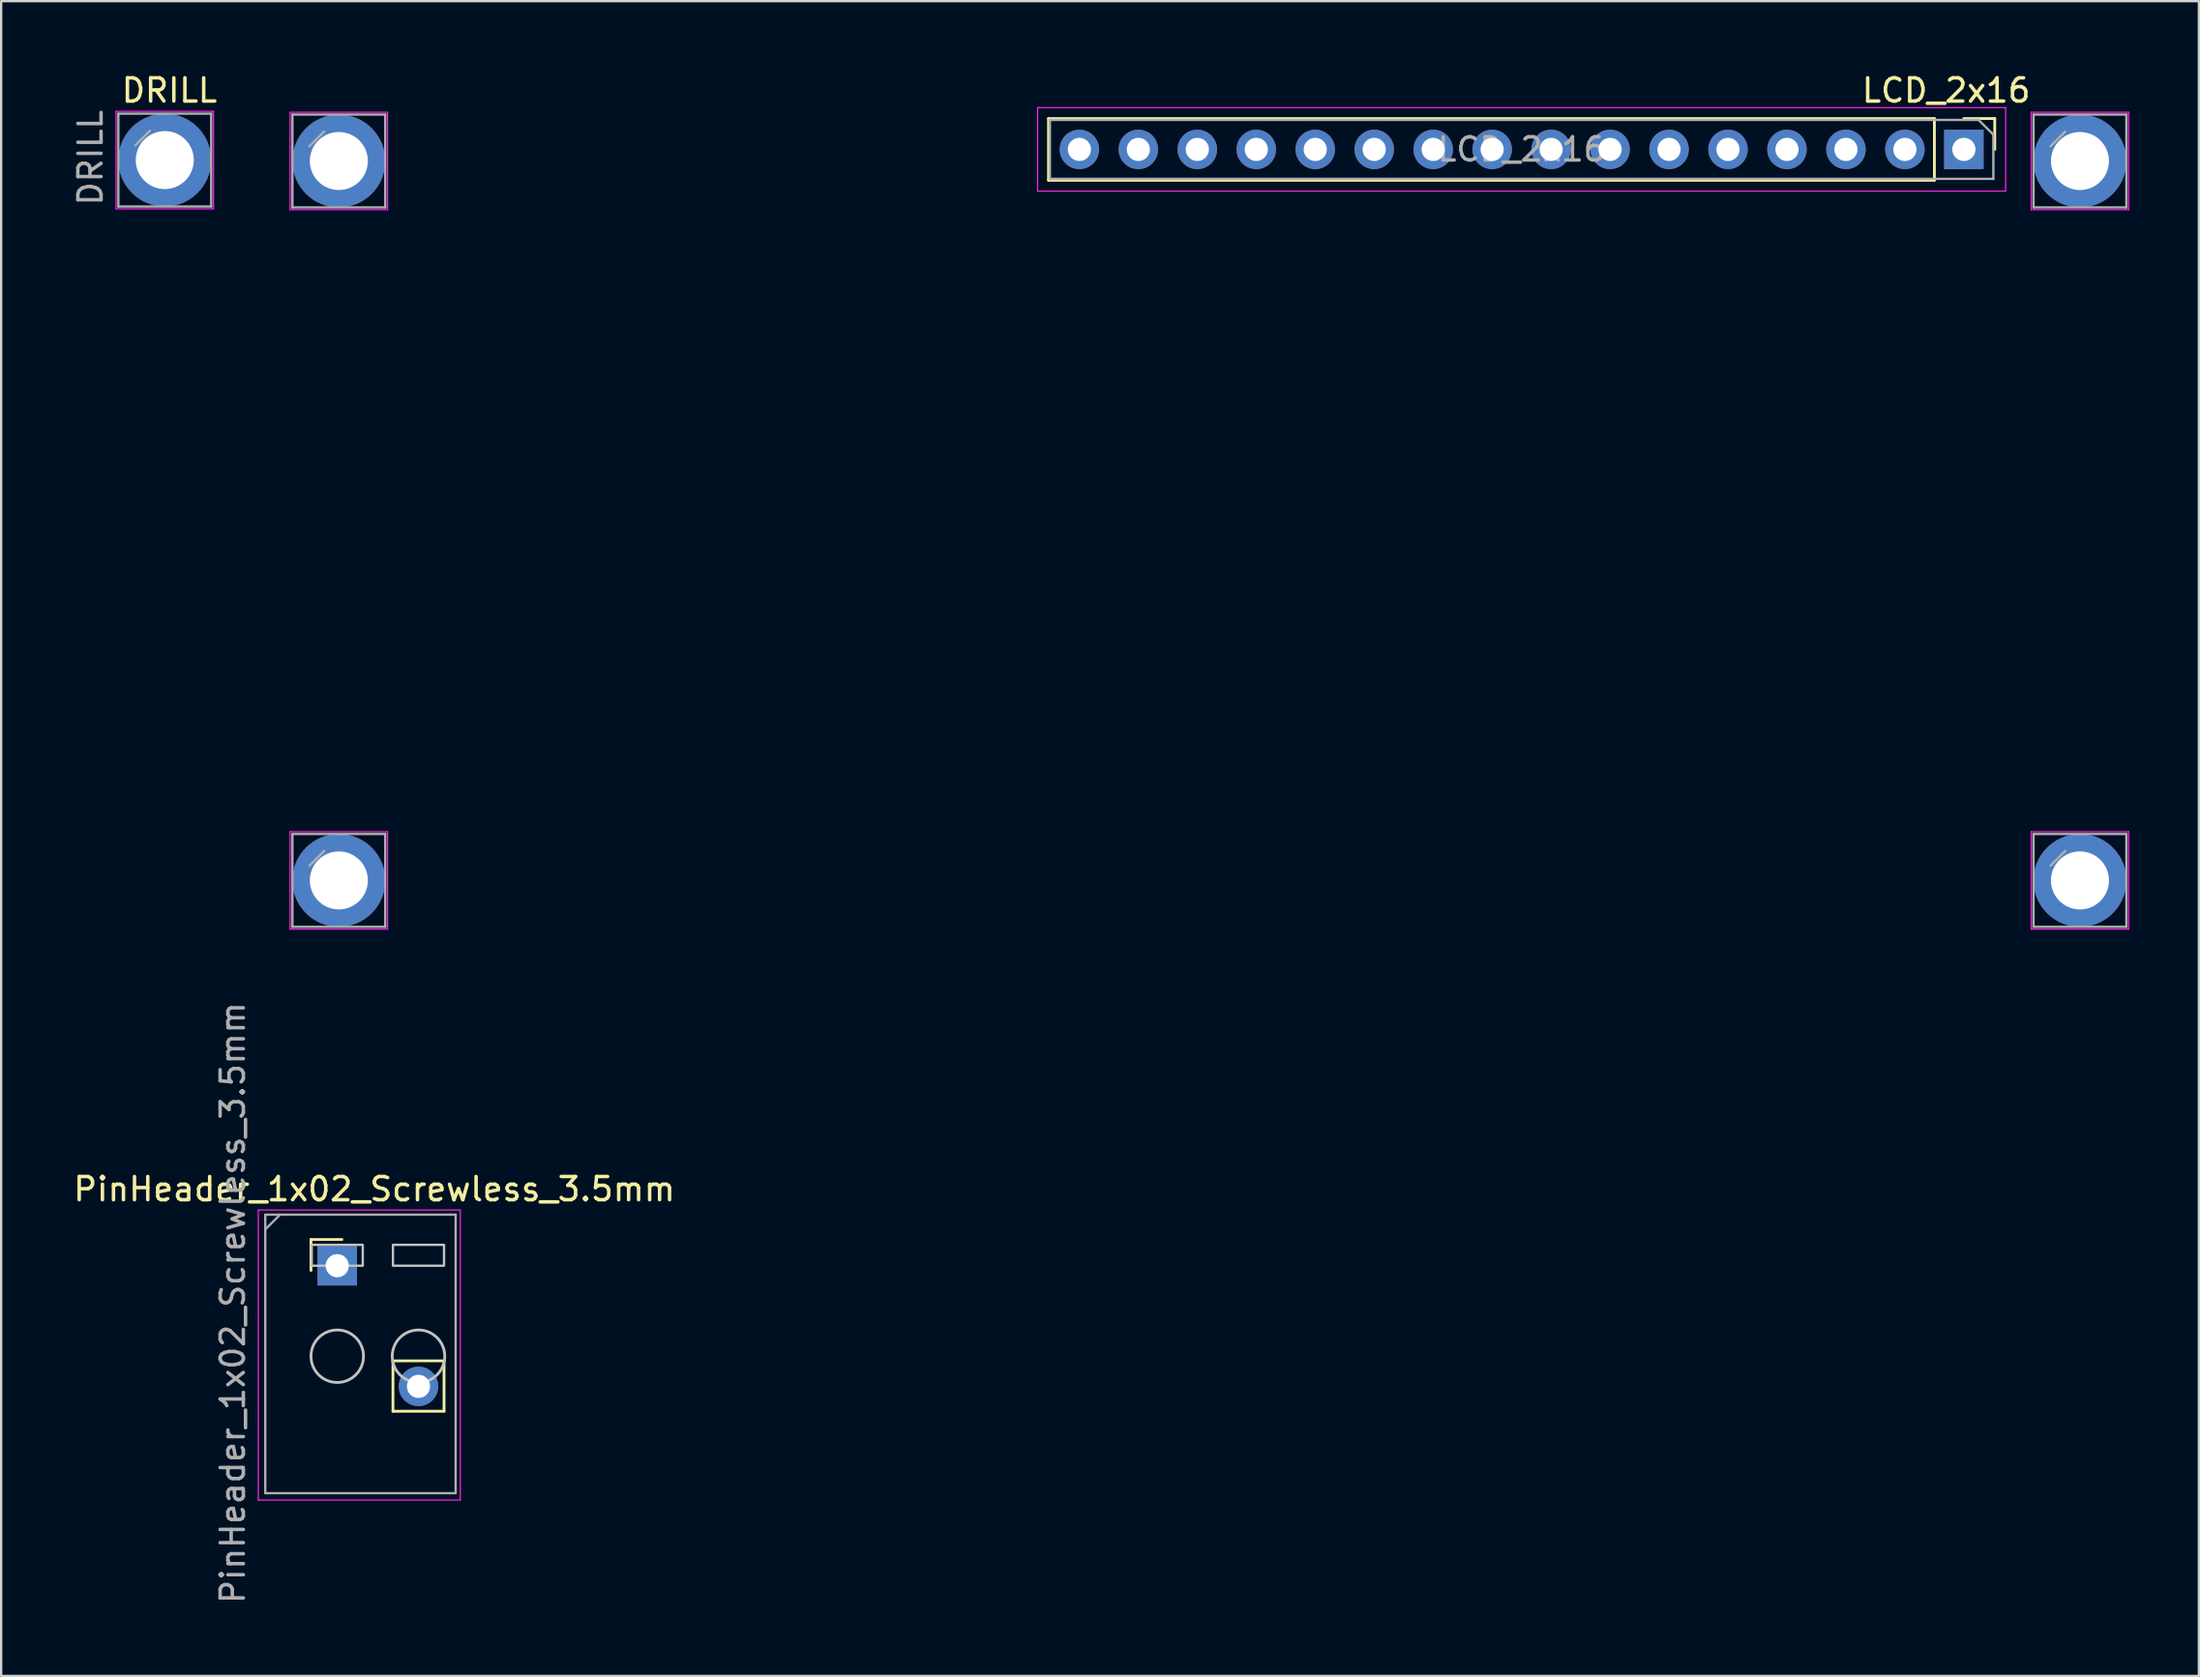
<source format=kicad_pcb>
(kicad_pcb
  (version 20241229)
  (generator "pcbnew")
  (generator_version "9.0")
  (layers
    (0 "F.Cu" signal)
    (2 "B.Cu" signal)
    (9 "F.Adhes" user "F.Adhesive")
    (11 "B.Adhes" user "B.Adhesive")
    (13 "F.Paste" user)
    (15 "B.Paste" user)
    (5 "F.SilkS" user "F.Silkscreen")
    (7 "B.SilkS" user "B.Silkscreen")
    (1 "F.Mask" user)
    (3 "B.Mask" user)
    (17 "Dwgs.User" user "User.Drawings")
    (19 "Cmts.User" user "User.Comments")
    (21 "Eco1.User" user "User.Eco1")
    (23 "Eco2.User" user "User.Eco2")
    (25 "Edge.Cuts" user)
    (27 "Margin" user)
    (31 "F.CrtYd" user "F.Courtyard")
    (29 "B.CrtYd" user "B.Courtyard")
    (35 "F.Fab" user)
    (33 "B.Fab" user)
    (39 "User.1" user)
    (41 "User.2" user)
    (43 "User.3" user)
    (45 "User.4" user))
  (footprint "PinHeader_1x02_Screwless_3.5mm"
    (layer "F.Cu")
    (at 11.477 51.491)
    (property "Reference" "PinHeader_1x02_Screwless_3.5mm" (at 1.6 -3.3 0) (layer "F.SilkS") (effects (font (size 1 1) (thickness 0.15))))
    (attr through_hole)
    (fp_line (start -1.13 -1.13) (end 0.2 -1.13) (stroke (width 0.12) (type solid)) (layer "F.SilkS"))
    (fp_line (start -1.13 0.2) (end -1.13 -1.13) (stroke (width 0.12) (type solid)) (layer "F.SilkS"))
    (fp_line (start 2.4 4.1) (end 2.4 6.27) (stroke (width 0.12) (type solid)) (layer "F.SilkS"))
    (fp_line (start 2.4 4.1) (end 4.6 4.1) (stroke (width 0.12) (type solid)) (layer "F.SilkS"))
    (fp_line (start 2.4 6.27) (end 4.6 6.27) (stroke (width 0.12) (type solid)) (layer "F.SilkS"))
    (fp_line (start 4.6 4.1) (end 4.6 6.27) (stroke (width 0.12) (type solid)) (layer "F.SilkS"))
    (fp_circle (center 0 3.9) (end 1.131 3.9) (stroke (width 0.12) (type solid)) (fill no) (layer "Dwgs.User"))
    (fp_circle (center 3.5 3.9) (end 4.631 3.9) (stroke (width 0.12) (type solid)) (fill no) (layer "Dwgs.User"))
    (fp_poly (pts (xy 1.1 0) (xy -1.1 0) (xy -1.1 -0.9) (xy 1.1 -0.9)) (stroke (width 0.1) (type solid)) (fill no) (layer "Dwgs.User"))
    (fp_poly (pts (xy 4.6 0) (xy 2.4 0) (xy 2.4 -0.9) (xy 4.6 -0.9)) (stroke (width 0.1) (type solid)) (fill no) (layer "Dwgs.User"))
    (fp_line (start -3.4 -2.4) (end -3.4 10.1) (stroke (width 0.05) (type solid)) (layer "F.CrtYd"))
    (fp_line (start -3.4 10.1) (end 5.3 10.1) (stroke (width 0.05) (type solid)) (layer "F.CrtYd"))
    (fp_line (start 5.3 -2.4) (end -3.4 -2.4) (stroke (width 0.05) (type solid)) (layer "F.CrtYd"))
    (fp_line (start 5.3 10.1) (end 5.3 -2.4) (stroke (width 0.05) (type solid)) (layer "F.CrtYd"))
    (fp_line (start -3.1 -2.2) (end 5.1 -2.2) (stroke (width 0.1) (type solid)) (layer "F.Fab"))
    (fp_line (start -3.1 -1.565) (end -2.465 -2.2) (stroke (width 0.1) (type solid)) (layer "F.Fab"))
    (fp_line (start -3.1 9.8) (end -3.1 -2.2) (stroke (width 0.1) (type solid)) (layer "F.Fab"))
    (fp_line (start 5.1 -2.2) (end 5.1 9.8) (stroke (width 0.1) (type solid)) (layer "F.Fab"))
    (fp_line (start 5.1 9.8) (end -3.1 9.8) (stroke (width 0.1) (type solid)) (layer "F.Fab"))
    (fp_text user "${REFERENCE}" (at -4.5 1.6 90) (layer "F.Fab") (effects (font (size 1 1) (thickness 0.15))))
    (pad "1" thru_hole rect (at 0 0) (size 1.7 1.7) (drill 1) (layers "*.Cu" "*.Mask"))
    (pad "2" thru_hole oval (at 3.5 5.2) (size 1.7 1.7) (drill 1) (layers "*.Cu" "*.Mask")))
  (footprint "DRILL"
    (layer "F.Cu")
    (at 4.048 3.848)
    (property "Reference" "DRILL" (at 0.2 -3 0) (layer "F.SilkS") (effects (font (size 1 1) (thickness 0.15))))
    (attr through_hole)
    (fp_line (start -2.1 -2.1) (end -2.1 2.1) (stroke (width 0.05) (type solid)) (layer "F.CrtYd"))
    (fp_line (start -2.1 2.1) (end 2.1 2.1) (stroke (width 0.05) (type solid)) (layer "F.CrtYd"))
    (fp_line (start 2.1 -2.1) (end -2.1 -2.1) (stroke (width 0.05) (type solid)) (layer "F.CrtYd"))
    (fp_line (start 2.1 2.1) (end 2.1 -2.1) (stroke (width 0.05) (type solid)) (layer "F.CrtYd"))
    (fp_line (start -2 2) (end -2 -2) (stroke (width 0.1) (type solid)) (layer "F.Fab"))
    (fp_line (start -1.27 -0.635) (end -0.635 -1.27) (stroke (width 0.1) (type solid)) (layer "F.Fab"))
    (fp_line (start 2 -2) (end -2 -2) (stroke (width 0.1) (type solid)) (layer "F.Fab"))
    (fp_line (start 2 2) (end -2 2) (stroke (width 0.1) (type solid)) (layer "F.Fab"))
    (fp_line (start 2 2) (end 2 -2) (stroke (width 0.1) (type solid)) (layer "F.Fab"))
    (fp_text user "${REFERENCE}" (at -3.2 -0.1 90) (layer "F.Fab") (effects (font (size 1 1) (thickness 0.15))))
    (pad "1" thru_hole circle (at 0 0) (size 4 4) (drill 2.5) (layers "*.Cu" "*.Mask")))
  (footprint "LCD_2x16"
    (layer "F.Cu")
    (at 81.546 3.388)
    (property "Reference" "LCD_2x16" (at -0.762 -2.54 0) (layer "F.SilkS") (effects (font (size 1 1) (thickness 0.15))))
    (attr through_hole)
    (fp_line (start -39.43 -1.33) (end -39.43 1.33) (stroke (width 0.12) (type solid)) (layer "F.SilkS"))
    (fp_line (start -1.27 -1.33) (end -39.43 -1.33) (stroke (width 0.12) (type solid)) (layer "F.SilkS"))
    (fp_line (start -1.27 -1.33) (end -1.27 1.33) (stroke (width 0.12) (type solid)) (layer "F.SilkS"))
    (fp_line (start -1.27 1.33) (end -39.43 1.33) (stroke (width 0.12) (type solid)) (layer "F.SilkS"))
    (fp_line (start 0 -1.33) (end 1.33 -1.33) (stroke (width 0.12) (type solid)) (layer "F.SilkS"))
    (fp_line (start 1.33 -1.33) (end 1.33 0) (stroke (width 0.12) (type solid)) (layer "F.SilkS"))
    (fp_line (start -72.1 -1.6) (end -72.1 2.6) (stroke (width 0.05) (type solid)) (layer "F.CrtYd"))
    (fp_line (start -72.1 2.6) (end -67.9 2.6) (stroke (width 0.05) (type solid)) (layer "F.CrtYd"))
    (fp_line (start -72.1 29.4) (end -72.1 33.6) (stroke (width 0.05) (type solid)) (layer "F.CrtYd"))
    (fp_line (start -72.1 33.6) (end -67.9 33.6) (stroke (width 0.05) (type solid)) (layer "F.CrtYd"))
    (fp_line (start -67.9 -1.6) (end -72.1 -1.6) (stroke (width 0.05) (type solid)) (layer "F.CrtYd"))
    (fp_line (start -67.9 2.6) (end -67.9 -1.6) (stroke (width 0.05) (type solid)) (layer "F.CrtYd"))
    (fp_line (start -67.9 29.4) (end -72.1 29.4) (stroke (width 0.05) (type solid)) (layer "F.CrtYd"))
    (fp_line (start -67.9 33.6) (end -67.9 29.4) (stroke (width 0.05) (type solid)) (layer "F.CrtYd"))
    (fp_line (start -39.9 -1.8) (end -39.9 1.8) (stroke (width 0.05) (type solid)) (layer "F.CrtYd"))
    (fp_line (start -39.9 1.8) (end 1.8 1.8) (stroke (width 0.05) (type solid)) (layer "F.CrtYd"))
    (fp_line (start 1.8 -1.8) (end -39.9 -1.8) (stroke (width 0.05) (type solid)) (layer "F.CrtYd"))
    (fp_line (start 1.8 1.8) (end 1.8 -1.8) (stroke (width 0.05) (type solid)) (layer "F.CrtYd"))
    (fp_line (start 2.9 -1.6) (end 2.9 2.6) (stroke (width 0.05) (type solid)) (layer "F.CrtYd"))
    (fp_line (start 2.9 2.6) (end 7.1 2.6) (stroke (width 0.05) (type solid)) (layer "F.CrtYd"))
    (fp_line (start 2.9 29.4) (end 2.9 33.6) (stroke (width 0.05) (type solid)) (layer "F.CrtYd"))
    (fp_line (start 2.9 33.6) (end 7.1 33.6) (stroke (width 0.05) (type solid)) (layer "F.CrtYd"))
    (fp_line (start 7.1 -1.6) (end 2.9 -1.6) (stroke (width 0.05) (type solid)) (layer "F.CrtYd"))
    (fp_line (start 7.1 2.6) (end 7.1 -1.6) (stroke (width 0.05) (type solid)) (layer "F.CrtYd"))
    (fp_line (start 7.1 29.4) (end 2.9 29.4) (stroke (width 0.05) (type solid)) (layer "F.CrtYd"))
    (fp_line (start 7.1 33.6) (end 7.1 29.4) (stroke (width 0.05) (type solid)) (layer "F.CrtYd"))
    (fp_line (start -72 2.5) (end -72 -1.5) (stroke (width 0.1) (type solid)) (layer "F.Fab"))
    (fp_line (start -72 33.5) (end -72 29.5) (stroke (width 0.1) (type solid)) (layer "F.Fab"))
    (fp_line (start -71.27 -0.135) (end -70.635 -0.77) (stroke (width 0.1) (type solid)) (layer "F.Fab"))
    (fp_line (start -71.27 30.865) (end -70.635 30.23) (stroke (width 0.1) (type solid)) (layer "F.Fab"))
    (fp_line (start -68 -1.5) (end -72 -1.5) (stroke (width 0.1) (type solid)) (layer "F.Fab"))
    (fp_line (start -68 2.5) (end -72 2.5) (stroke (width 0.1) (type solid)) (layer "F.Fab"))
    (fp_line (start -68 2.5) (end -68 -1.5) (stroke (width 0.1) (type solid)) (layer "F.Fab"))
    (fp_line (start -68 29.5) (end -72 29.5) (stroke (width 0.1) (type solid)) (layer "F.Fab"))
    (fp_line (start -68 33.5) (end -72 33.5) (stroke (width 0.1) (type solid)) (layer "F.Fab"))
    (fp_line (start -68 33.5) (end -68 29.5) (stroke (width 0.1) (type solid)) (layer "F.Fab"))
    (fp_line (start -39.37 -1.27) (end 0.635 -1.27) (stroke (width 0.1) (type solid)) (layer "F.Fab"))
    (fp_line (start -39.37 1.27) (end -39.37 -1.27) (stroke (width 0.1) (type solid)) (layer "F.Fab"))
    (fp_line (start 0.635 -1.27) (end 1.27 -0.635) (stroke (width 0.1) (type solid)) (layer "F.Fab"))
    (fp_line (start 1.27 -0.635) (end 1.27 1.27) (stroke (width 0.1) (type solid)) (layer "F.Fab"))
    (fp_line (start 1.27 1.27) (end -39.37 1.27) (stroke (width 0.1) (type solid)) (layer "F.Fab"))
    (fp_line (start 3 2.5) (end 3 -1.5) (stroke (width 0.1) (type solid)) (layer "F.Fab"))
    (fp_line (start 3 33.5) (end 3 29.5) (stroke (width 0.1) (type solid)) (layer "F.Fab"))
    (fp_line (start 3.73 -0.135) (end 4.365 -0.77) (stroke (width 0.1) (type solid)) (layer "F.Fab"))
    (fp_line (start 3.73 30.865) (end 4.365 30.23) (stroke (width 0.1) (type solid)) (layer "F.Fab"))
    (fp_line (start 7 -1.5) (end 3 -1.5) (stroke (width 0.1) (type solid)) (layer "F.Fab"))
    (fp_line (start 7 2.5) (end 3 2.5) (stroke (width 0.1) (type solid)) (layer "F.Fab"))
    (fp_line (start 7 2.5) (end 7 -1.5) (stroke (width 0.1) (type solid)) (layer "F.Fab"))
    (fp_line (start 7 29.5) (end 3 29.5) (stroke (width 0.1) (type solid)) (layer "F.Fab"))
    (fp_line (start 7 33.5) (end 3 33.5) (stroke (width 0.1) (type solid)) (layer "F.Fab"))
    (fp_line (start 7 33.5) (end 7 29.5) (stroke (width 0.1) (type solid)) (layer "F.Fab"))
    (fp_text user "${REFERENCE}" (at -19.05 0 0) (layer "F.Fab") (effects (font (size 1 1) (thickness 0.15))))
    (pad "1" thru_hole rect (at 0 0 270) (size 1.7 1.7) (drill 1) (layers "*.Cu" "*.Mask"))
    (pad "2" thru_hole oval (at -2.54 0 270) (size 1.7 1.7) (drill 1) (layers "*.Cu" "*.Mask"))
    (pad "3" thru_hole oval (at -5.08 0 270) (size 1.7 1.7) (drill 1) (layers "*.Cu" "*.Mask"))
    (pad "4" thru_hole oval (at -7.62 0 270) (size 1.7 1.7) (drill 1) (layers "*.Cu" "*.Mask"))
    (pad "5" thru_hole oval (at -10.16 0 270) (size 1.7 1.7) (drill 1) (layers "*.Cu" "*.Mask"))
    (pad "6" thru_hole oval (at -12.7 0 270) (size 1.7 1.7) (drill 1) (layers "*.Cu" "*.Mask"))
    (pad "7" thru_hole oval (at -15.24 0 270) (size 1.7 1.7) (drill 1) (layers "*.Cu" "*.Mask"))
    (pad "8" thru_hole oval (at -17.78 0 270) (size 1.7 1.7) (drill 1) (layers "*.Cu" "*.Mask"))
    (pad "9" thru_hole oval (at -20.32 0 270) (size 1.7 1.7) (drill 1) (layers "*.Cu" "*.Mask"))
    (pad "10" thru_hole oval (at -22.86 0 270) (size 1.7 1.7) (drill 1) (layers "*.Cu" "*.Mask"))
    (pad "11" thru_hole oval (at -25.4 0 270) (size 1.7 1.7) (drill 1) (layers "*.Cu" "*.Mask"))
    (pad "12" thru_hole oval (at -27.94 0 270) (size 1.7 1.7) (drill 1) (layers "*.Cu" "*.Mask"))
    (pad "13" thru_hole oval (at -30.48 0 270) (size 1.7 1.7) (drill 1) (layers "*.Cu" "*.Mask"))
    (pad "14" thru_hole oval (at -33.02 0 270) (size 1.7 1.7) (drill 1) (layers "*.Cu" "*.Mask"))
    (pad "15" thru_hole oval (at -35.56 0 270) (size 1.7 1.7) (drill 1) (layers "*.Cu" "*.Mask"))
    (pad "16" thru_hole oval (at -38.1 0 270) (size 1.7 1.7) (drill 1) (layers "*.Cu" "*.Mask"))
    (pad "A" thru_hole circle (at 5 0.5) (size 4 4) (drill 2.5) (layers "*.Cu" "*.Mask"))
    (pad "B" thru_hole circle (at 5 31.5) (size 4 4) (drill 2.5) (layers "*.Cu" "*.Mask"))
    (pad "C" thru_hole circle (at -70 0.5) (size 4 4) (drill 2.5) (layers "*.Cu" "*.Mask"))
    (pad "D" thru_hole circle (at -70 31.5) (size 4 4) (drill 2.5) (layers "*.Cu" "*.Mask")))
  (gr_rect
    (start -3 -3)
    (end 91.671 69.168)
    (stroke (width 0.1) (type default))
    (fill no)
    (layer "Edge.Cuts")))
</source>
